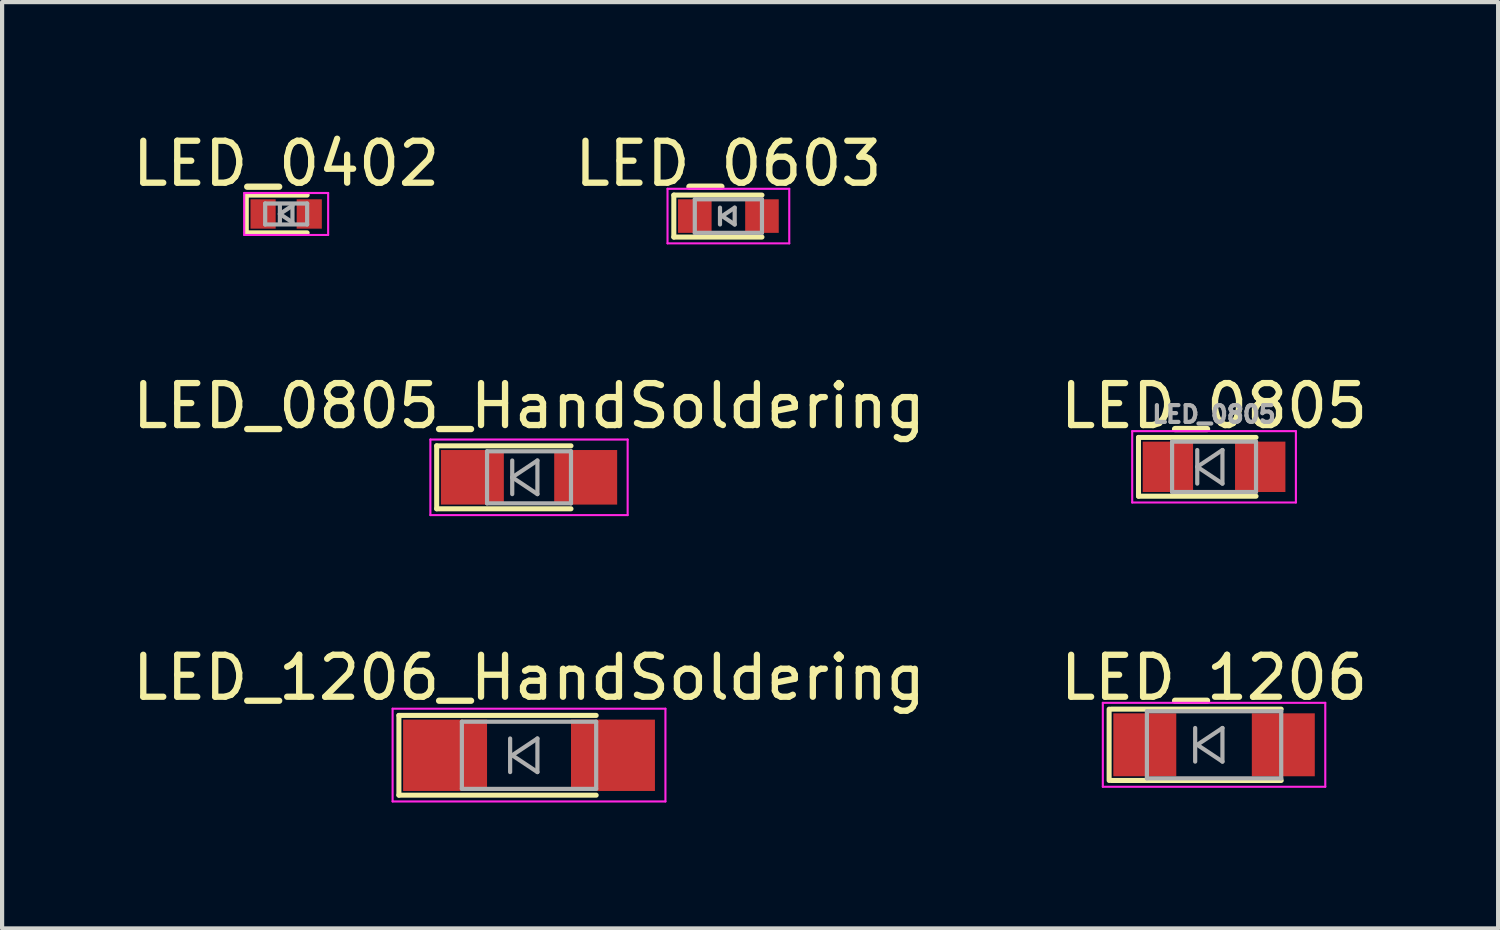
<source format=kicad_pcb>
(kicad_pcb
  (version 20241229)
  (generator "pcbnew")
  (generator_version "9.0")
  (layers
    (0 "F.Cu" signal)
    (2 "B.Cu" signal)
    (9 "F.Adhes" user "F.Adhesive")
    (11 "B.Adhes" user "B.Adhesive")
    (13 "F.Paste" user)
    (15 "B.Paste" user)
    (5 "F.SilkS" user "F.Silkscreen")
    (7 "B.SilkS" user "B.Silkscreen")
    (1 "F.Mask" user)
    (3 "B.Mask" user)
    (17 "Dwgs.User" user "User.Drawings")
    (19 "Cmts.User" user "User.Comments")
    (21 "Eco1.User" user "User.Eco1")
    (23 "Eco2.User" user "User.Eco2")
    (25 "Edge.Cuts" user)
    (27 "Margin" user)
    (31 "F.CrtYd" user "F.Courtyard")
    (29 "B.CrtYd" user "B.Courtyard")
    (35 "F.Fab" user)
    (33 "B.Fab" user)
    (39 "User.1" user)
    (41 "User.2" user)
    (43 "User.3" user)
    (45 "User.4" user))
  (footprint "LED_1206"
    (layer "F.Cu")
    (at 25.875 14.695)
    (property "Reference" "LED_1206" (at 0 -1.6 0) (layer "F.SilkS") (effects (font (size 1 1) (thickness 0.15))))
    (attr smd)
    (fp_line (start -2.5 -0.85) (end -2.5 0.85) (stroke (width 0.12) (type solid)) (layer "F.SilkS"))
    (fp_line (start -2.45 -0.85) (end 1.6 -0.85) (stroke (width 0.12) (type solid)) (layer "F.SilkS"))
    (fp_line (start -2.45 0.85) (end 1.6 0.85) (stroke (width 0.12) (type solid)) (layer "F.SilkS"))
    (fp_line (start -2.65 -1) (end 2.65 -1) (stroke (width 0.05) (type solid)) (layer "F.CrtYd"))
    (fp_line (start -2.65 1) (end -2.65 -1) (stroke (width 0.05) (type solid)) (layer "F.CrtYd"))
    (fp_line (start 2.65 -1) (end 2.65 1) (stroke (width 0.05) (type solid)) (layer "F.CrtYd"))
    (fp_line (start 2.65 1) (end -2.65 1) (stroke (width 0.05) (type solid)) (layer "F.CrtYd"))
    (fp_line (start -1.6 -0.8) (end 1.6 -0.8) (stroke (width 0.1) (type solid)) (layer "F.Fab"))
    (fp_line (start -1.6 0.8) (end -1.6 -0.8) (stroke (width 0.1) (type solid)) (layer "F.Fab"))
    (fp_line (start -0.45 -0.4) (end -0.45 0.4) (stroke (width 0.1) (type solid)) (layer "F.Fab"))
    (fp_line (start -0.4 0) (end 0.2 -0.4) (stroke (width 0.1) (type solid)) (layer "F.Fab"))
    (fp_line (start 0.2 -0.4) (end 0.2 0.4) (stroke (width 0.1) (type solid)) (layer "F.Fab"))
    (fp_line (start 0.2 0.4) (end -0.4 0) (stroke (width 0.1) (type solid)) (layer "F.Fab"))
    (fp_line (start 1.6 -0.8) (end 1.6 0.8) (stroke (width 0.1) (type solid)) (layer "F.Fab"))
    (fp_line (start 1.6 0.8) (end -1.6 0.8) (stroke (width 0.1) (type solid)) (layer "F.Fab"))
    (pad "1" smd rect (at -1.65 0 180) (size 1.5 1.5) (layers "F.Cu" "F.Mask" "F.Paste"))
    (pad "2" smd rect (at 1.65 0 180) (size 1.5 1.5) (layers "F.Cu" "F.Mask" "F.Paste")))
  (footprint "LED_0603"
    (layer "F.Cu")
    (at 14.304 2.098)
    (property "Reference" "LED_0603" (at 0 -1.25 0) (layer "F.SilkS") (effects (font (size 1 1) (thickness 0.15))))
    (attr smd)
    (fp_line (start -1.3 -0.5) (end -1.3 0.5) (stroke (width 0.12) (type solid)) (layer "F.SilkS"))
    (fp_line (start -1.3 -0.5) (end 0.8 -0.5) (stroke (width 0.12) (type solid)) (layer "F.SilkS"))
    (fp_line (start -1.3 0.5) (end 0.8 0.5) (stroke (width 0.12) (type solid)) (layer "F.SilkS"))
    (fp_line (start -1.45 -0.65) (end 1.45 -0.65) (stroke (width 0.05) (type solid)) (layer "F.CrtYd"))
    (fp_line (start -1.45 0.65) (end -1.45 -0.65) (stroke (width 0.05) (type solid)) (layer "F.CrtYd"))
    (fp_line (start 1.45 -0.65) (end 1.45 0.65) (stroke (width 0.05) (type solid)) (layer "F.CrtYd"))
    (fp_line (start 1.45 0.65) (end -1.45 0.65) (stroke (width 0.05) (type solid)) (layer "F.CrtYd"))
    (fp_line (start -0.8 -0.4) (end 0.8 -0.4) (stroke (width 0.1) (type solid)) (layer "F.Fab"))
    (fp_line (start -0.8 0.4) (end -0.8 -0.4) (stroke (width 0.1) (type solid)) (layer "F.Fab"))
    (fp_line (start -0.2 -0.2) (end -0.2 0.2) (stroke (width 0.1) (type solid)) (layer "F.Fab"))
    (fp_line (start -0.15 0) (end 0.15 -0.2) (stroke (width 0.1) (type solid)) (layer "F.Fab"))
    (fp_line (start 0.15 -0.2) (end 0.15 0.2) (stroke (width 0.1) (type solid)) (layer "F.Fab"))
    (fp_line (start 0.15 0.2) (end -0.15 0) (stroke (width 0.1) (type solid)) (layer "F.Fab"))
    (fp_line (start 0.8 -0.4) (end 0.8 0.4) (stroke (width 0.1) (type solid)) (layer "F.Fab"))
    (fp_line (start 0.8 0.4) (end -0.8 0.4) (stroke (width 0.1) (type solid)) (layer "F.Fab"))
    (pad "1" smd rect (at -0.8 0 180) (size 0.8 0.8) (layers "F.Cu" "F.Mask" "F.Paste"))
    (pad "2" smd rect (at 0.8 0 180) (size 0.8 0.8) (layers "F.Cu" "F.Mask" "F.Paste")))
  (footprint "LED_0805"
    (layer "F.Cu")
    (at 25.875 8.072)
    (property "Reference" "LED_0805" (at 0 -1.45 0) (layer "F.SilkS") (effects (font (size 1 1) (thickness 0.15))))
    (attr smd)
    (fp_line (start -1.8 -0.7) (end -1.8 0.7) (stroke (width 0.12) (type solid)) (layer "F.SilkS"))
    (fp_line (start -1.8 -0.7) (end 1 -0.7) (stroke (width 0.12) (type solid)) (layer "F.SilkS"))
    (fp_line (start -1.8 0.7) (end 1 0.7) (stroke (width 0.12) (type solid)) (layer "F.SilkS"))
    (fp_line (start -1.95 -0.85) (end 1.95 -0.85) (stroke (width 0.05) (type solid)) (layer "F.CrtYd"))
    (fp_line (start -1.95 0.85) (end -1.95 -0.85) (stroke (width 0.05) (type solid)) (layer "F.CrtYd"))
    (fp_line (start 1.95 -0.85) (end 1.95 0.85) (stroke (width 0.05) (type solid)) (layer "F.CrtYd"))
    (fp_line (start 1.95 0.85) (end -1.95 0.85) (stroke (width 0.05) (type solid)) (layer "F.CrtYd"))
    (fp_line (start -1 -0.6) (end 1 -0.6) (stroke (width 0.1) (type solid)) (layer "F.Fab"))
    (fp_line (start -1 0.6) (end -1 -0.6) (stroke (width 0.1) (type solid)) (layer "F.Fab"))
    (fp_line (start -0.4 -0.4) (end -0.4 0.4) (stroke (width 0.1) (type solid)) (layer "F.Fab"))
    (fp_line (start -0.4 0) (end 0.2 -0.4) (stroke (width 0.1) (type solid)) (layer "F.Fab"))
    (fp_line (start 0.2 -0.4) (end 0.2 0.4) (stroke (width 0.1) (type solid)) (layer "F.Fab"))
    (fp_line (start 0.2 0.4) (end -0.4 0) (stroke (width 0.1) (type solid)) (layer "F.Fab"))
    (fp_line (start 1 -0.6) (end 1 0.6) (stroke (width 0.1) (type solid)) (layer "F.Fab"))
    (fp_line (start 1 0.6) (end -1 0.6) (stroke (width 0.1) (type solid)) (layer "F.Fab"))
    (fp_text user "${REFERENCE}" (at 0 -1.25 0) (layer "F.Fab") (effects (font (size 0.4 0.4) (thickness 0.1))))
    (pad "1" smd rect (at -1.1 0 180) (size 1.2 1.2) (layers "F.Cu" "F.Mask" "F.Paste"))
    (pad "2" smd rect (at 1.1 0 180) (size 1.2 1.2) (layers "F.Cu" "F.Mask" "F.Paste")))
  (footprint "LED_0805_HandSoldering"
    (layer "F.Cu")
    (at 9.554 8.322)
    (property "Reference" "LED_0805_HandSoldering" (at 0 -1.7 0) (layer "F.SilkS") (effects (font (size 1 1) (thickness 0.15))))
    (attr smd)
    (fp_line (start -2.2 -0.75) (end -2.2 0.75) (stroke (width 0.12) (type solid)) (layer "F.SilkS"))
    (fp_line (start -2.2 -0.75) (end 1 -0.75) (stroke (width 0.12) (type solid)) (layer "F.SilkS"))
    (fp_line (start 1 0.75) (end -2.2 0.75) (stroke (width 0.12) (type solid)) (layer "F.SilkS"))
    (fp_line (start -2.35 -0.9) (end -2.35 0.9) (stroke (width 0.05) (type solid)) (layer "F.CrtYd"))
    (fp_line (start -2.35 -0.9) (end 2.35 -0.9) (stroke (width 0.05) (type solid)) (layer "F.CrtYd"))
    (fp_line (start 2.35 0.9) (end -2.35 0.9) (stroke (width 0.05) (type solid)) (layer "F.CrtYd"))
    (fp_line (start 2.35 0.9) (end 2.35 -0.9) (stroke (width 0.05) (type solid)) (layer "F.CrtYd"))
    (fp_line (start -1 -0.62) (end 1 -0.62) (stroke (width 0.1) (type solid)) (layer "F.Fab"))
    (fp_line (start -1 0.62) (end -1 -0.62) (stroke (width 0.1) (type solid)) (layer "F.Fab"))
    (fp_line (start -0.4 -0.4) (end -0.4 0.4) (stroke (width 0.1) (type solid)) (layer "F.Fab"))
    (fp_line (start -0.4 0) (end 0.2 -0.4) (stroke (width 0.1) (type solid)) (layer "F.Fab"))
    (fp_line (start 0.2 -0.4) (end 0.2 0.4) (stroke (width 0.1) (type solid)) (layer "F.Fab"))
    (fp_line (start 0.2 0.4) (end -0.4 0) (stroke (width 0.1) (type solid)) (layer "F.Fab"))
    (fp_line (start 1 -0.62) (end 1 0.62) (stroke (width 0.1) (type solid)) (layer "F.Fab"))
    (fp_line (start 1 0.62) (end -1 0.62) (stroke (width 0.1) (type solid)) (layer "F.Fab"))
    (pad "1" smd rect (at -1.35 0) (size 1.5 1.3) (layers "F.Cu" "F.Mask" "F.Paste"))
    (pad "2" smd rect (at 1.35 0) (size 1.5 1.3) (layers "F.Cu" "F.Mask" "F.Paste")))
  (footprint "LED_1206_HandSoldering"
    (layer "F.Cu")
    (at 9.554 14.945)
    (property "Reference" "LED_1206_HandSoldering" (at 0 -1.85 0) (layer "F.SilkS") (effects (font (size 1 1) (thickness 0.15))))
    (attr smd)
    (fp_line (start -3.1 -0.95) (end -3.1 0.95) (stroke (width 0.12) (type solid)) (layer "F.SilkS"))
    (fp_line (start -3.1 -0.95) (end 1.6 -0.95) (stroke (width 0.12) (type solid)) (layer "F.SilkS"))
    (fp_line (start -3.1 0.95) (end 1.6 0.95) (stroke (width 0.12) (type solid)) (layer "F.SilkS"))
    (fp_line (start -3.25 -1.11) (end -3.25 1.1) (stroke (width 0.05) (type solid)) (layer "F.CrtYd"))
    (fp_line (start -3.25 -1.11) (end 3.25 -1.11) (stroke (width 0.05) (type solid)) (layer "F.CrtYd"))
    (fp_line (start 3.25 1.1) (end -3.25 1.1) (stroke (width 0.05) (type solid)) (layer "F.CrtYd"))
    (fp_line (start 3.25 1.1) (end 3.25 -1.11) (stroke (width 0.05) (type solid)) (layer "F.CrtYd"))
    (fp_line (start -1.6 -0.8) (end 1.6 -0.8) (stroke (width 0.1) (type solid)) (layer "F.Fab"))
    (fp_line (start -1.6 0.8) (end -1.6 -0.8) (stroke (width 0.1) (type solid)) (layer "F.Fab"))
    (fp_line (start -0.45 -0.4) (end -0.45 0.4) (stroke (width 0.1) (type solid)) (layer "F.Fab"))
    (fp_line (start -0.4 0) (end 0.2 -0.4) (stroke (width 0.1) (type solid)) (layer "F.Fab"))
    (fp_line (start 0.2 -0.4) (end 0.2 0.4) (stroke (width 0.1) (type solid)) (layer "F.Fab"))
    (fp_line (start 0.2 0.4) (end -0.4 0) (stroke (width 0.1) (type solid)) (layer "F.Fab"))
    (fp_line (start 1.6 -0.8) (end 1.6 0.8) (stroke (width 0.1) (type solid)) (layer "F.Fab"))
    (fp_line (start 1.6 0.8) (end -1.6 0.8) (stroke (width 0.1) (type solid)) (layer "F.Fab"))
    (pad "1" smd rect (at -2 0) (size 2 1.7) (layers "F.Cu" "F.Mask" "F.Paste"))
    (pad "2" smd rect (at 2 0) (size 2 1.7) (layers "F.Cu" "F.Mask" "F.Paste")))
  (footprint "LED_0402"
    (layer "F.Cu")
    (at 3.768 2.048)
    (property "Reference" "LED_0402" (at 0 -1.2 0) (layer "F.SilkS") (effects (font (size 1 1) (thickness 0.15))))
    (attr smd)
    (fp_line (start -0.95 -0.45) (end -0.95 0.45) (stroke (width 0.12) (type solid)) (layer "F.SilkS"))
    (fp_line (start -0.95 -0.45) (end 0.5 -0.45) (stroke (width 0.12) (type solid)) (layer "F.SilkS"))
    (fp_line (start -0.95 0.45) (end 0.5 0.45) (stroke (width 0.12) (type solid)) (layer "F.SilkS"))
    (fp_line (start -1 -0.5) (end 1 -0.5) (stroke (width 0.05) (type solid)) (layer "F.CrtYd"))
    (fp_line (start -1 0.5) (end -1 -0.5) (stroke (width 0.05) (type solid)) (layer "F.CrtYd"))
    (fp_line (start 1 -0.5) (end 1 0.5) (stroke (width 0.05) (type solid)) (layer "F.CrtYd"))
    (fp_line (start 1 0.5) (end -1 0.5) (stroke (width 0.05) (type solid)) (layer "F.CrtYd"))
    (fp_line (start -0.5 -0.25) (end 0.5 -0.25) (stroke (width 0.1) (type solid)) (layer "F.Fab"))
    (fp_line (start -0.5 0.25) (end -0.5 -0.25) (stroke (width 0.1) (type solid)) (layer "F.Fab"))
    (fp_line (start -0.15 -0.2) (end -0.15 0.2) (stroke (width 0.1) (type solid)) (layer "F.Fab"))
    (fp_line (start -0.15 0) (end 0.15 -0.2) (stroke (width 0.1) (type solid)) (layer "F.Fab"))
    (fp_line (start 0.15 -0.2) (end 0.15 0.2) (stroke (width 0.1) (type solid)) (layer "F.Fab"))
    (fp_line (start 0.15 0.2) (end -0.15 0) (stroke (width 0.1) (type solid)) (layer "F.Fab"))
    (fp_line (start 0.5 -0.25) (end 0.5 0.25) (stroke (width 0.1) (type solid)) (layer "F.Fab"))
    (fp_line (start 0.5 0.25) (end -0.5 0.25) (stroke (width 0.1) (type solid)) (layer "F.Fab"))
    (pad "1" smd rect (at -0.55 0 180) (size 0.6 0.7) (layers "F.Cu" "F.Mask" "F.Paste"))
    (pad "2" smd rect (at 0.55 0 180) (size 0.6 0.7) (layers "F.Cu" "F.Mask" "F.Paste")))
  (gr_rect
    (start -3 -3)
    (end 32.643 19.07)
    (stroke (width 0.1) (type default))
    (fill no)
    (layer "Edge.Cuts")))
</source>
